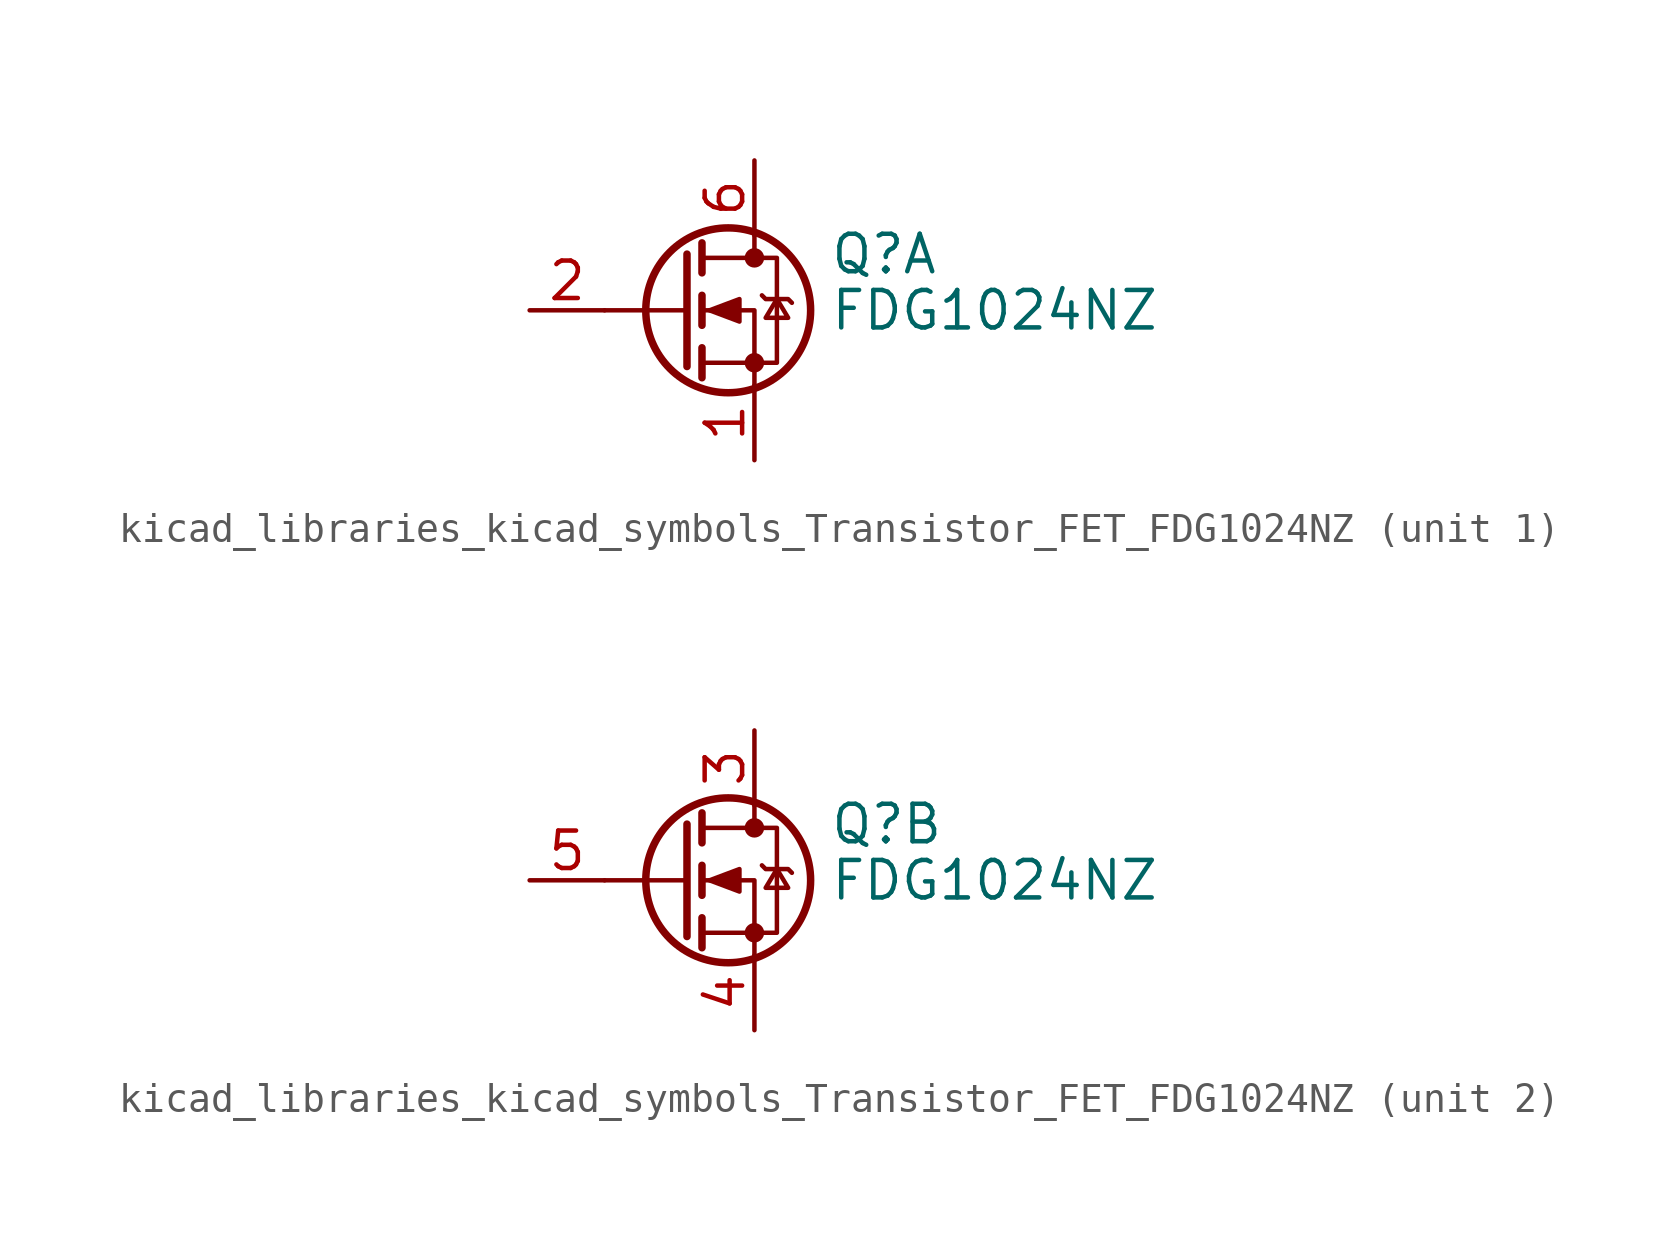
<source format=kicad_sym>
(kicad_symbol_lib
  (version 20220914)
  (generator kicad_symbol_editor)
  (symbol "kicad_libraries_kicad_symbols_Transistor_FET_FDG1024NZ"
    (pin_names hide)
    (property "Reference" "Q"
      (at 5.08 1.905 0)
      (effects (font (size 1.27 1.27)) (justify left)))
    (property "Value" "FDG1024NZ"
      (at 5.08 0 0)
      (effects (font (size 1.27 1.27)) (justify left)))
    (symbol "kicad_libraries_kicad_symbols_Transistor_FET_FDG1024NZ_0_1"
      (polyline (pts (xy 0.254 0) (xy -2.54 0)) (stroke (width 0) (type default)) (fill (type none)))
      (polyline (pts (xy 0.254 1.905) (xy 0.254 -1.905)) (stroke (width 0.254) (type default)) (fill (type none)))
      (polyline (pts (xy 0.762 -1.27) (xy 0.762 -2.286)) (stroke (width 0.254) (type default)) (fill (type none)))
      (polyline (pts (xy 0.762 0.508) (xy 0.762 -0.508)) (stroke (width 0.254) (type default)) (fill (type none)))
      (polyline (pts (xy 0.762 2.286) (xy 0.762 1.27)) (stroke (width 0.254) (type default)) (fill (type none)))
      (polyline (pts (xy 2.54 2.54) (xy 2.54 1.778)) (stroke (width 0) (type default)) (fill (type none)))
      (polyline (pts (xy 2.54 -2.54) (xy 2.54 0) (xy 0.762 0)) (stroke (width 0) (type default)) (fill (type none)))
      (polyline (pts (xy 0.762 -1.778) (xy 3.302 -1.778) (xy 3.302 1.778) (xy 0.762 1.778)) (stroke (width 0) (type default)) (fill (type none)))
      (polyline (pts (xy 1.016 0) (xy 2.032 0.381) (xy 2.032 -0.381) (xy 1.016 0)) (stroke (width 0) (type default)) (fill (type outline)))
      (polyline (pts (xy 2.794 0.508) (xy 2.921 0.381) (xy 3.683 0.381) (xy 3.81 0.254)) (stroke (width 0) (type default)) (fill (type none)))
      (polyline (pts (xy 3.302 0.381) (xy 2.921 -0.254) (xy 3.683 -0.254) (xy 3.302 0.381)) (stroke (width 0) (type default)) (fill (type none)))
      (circle (center 1.651 0) (radius 2.794) (stroke (width 0.254) (type default)) (fill (type none)))
      (circle (center 2.54 -1.778) (radius 0.254) (stroke (width 0) (type default)) (fill (type outline)))
      (circle (center 2.54 1.778) (radius 0.254) (stroke (width 0) (type default)) (fill (type outline))))
    (symbol "kicad_libraries_kicad_symbols_Transistor_FET_FDG1024NZ_1_1"
      (pin passive line (at 2.54 -5.08 90) (length 2.54) (name "S" (effects (font (size 1.27 1.27)))) (number "1" (effects (font (size 1.27 1.27)))))
      (pin passive line (at -5.08 0 0) (length 2.54) (name "G" (effects (font (size 1.27 1.27)))) (number "2" (effects (font (size 1.27 1.27)))))
      (pin passive line (at 2.54 5.08 270) (length 2.54) (name "D" (effects (font (size 1.27 1.27)))) (number "6" (effects (font (size 1.27 1.27))))))
    (symbol "kicad_libraries_kicad_symbols_Transistor_FET_FDG1024NZ_2_1"
      (pin passive line (at 2.54 5.08 270) (length 2.54) (name "D" (effects (font (size 1.27 1.27)))) (number "3" (effects (font (size 1.27 1.27)))))
      (pin passive line (at 2.54 -5.08 90) (length 2.54) (name "S" (effects (font (size 1.27 1.27)))) (number "4" (effects (font (size 1.27 1.27)))))
      (pin passive line (at -5.08 0 0) (length 2.54) (name "G" (effects (font (size 1.27 1.27)))) (number "5" (effects (font (size 1.27 1.27))))))))
</source>
